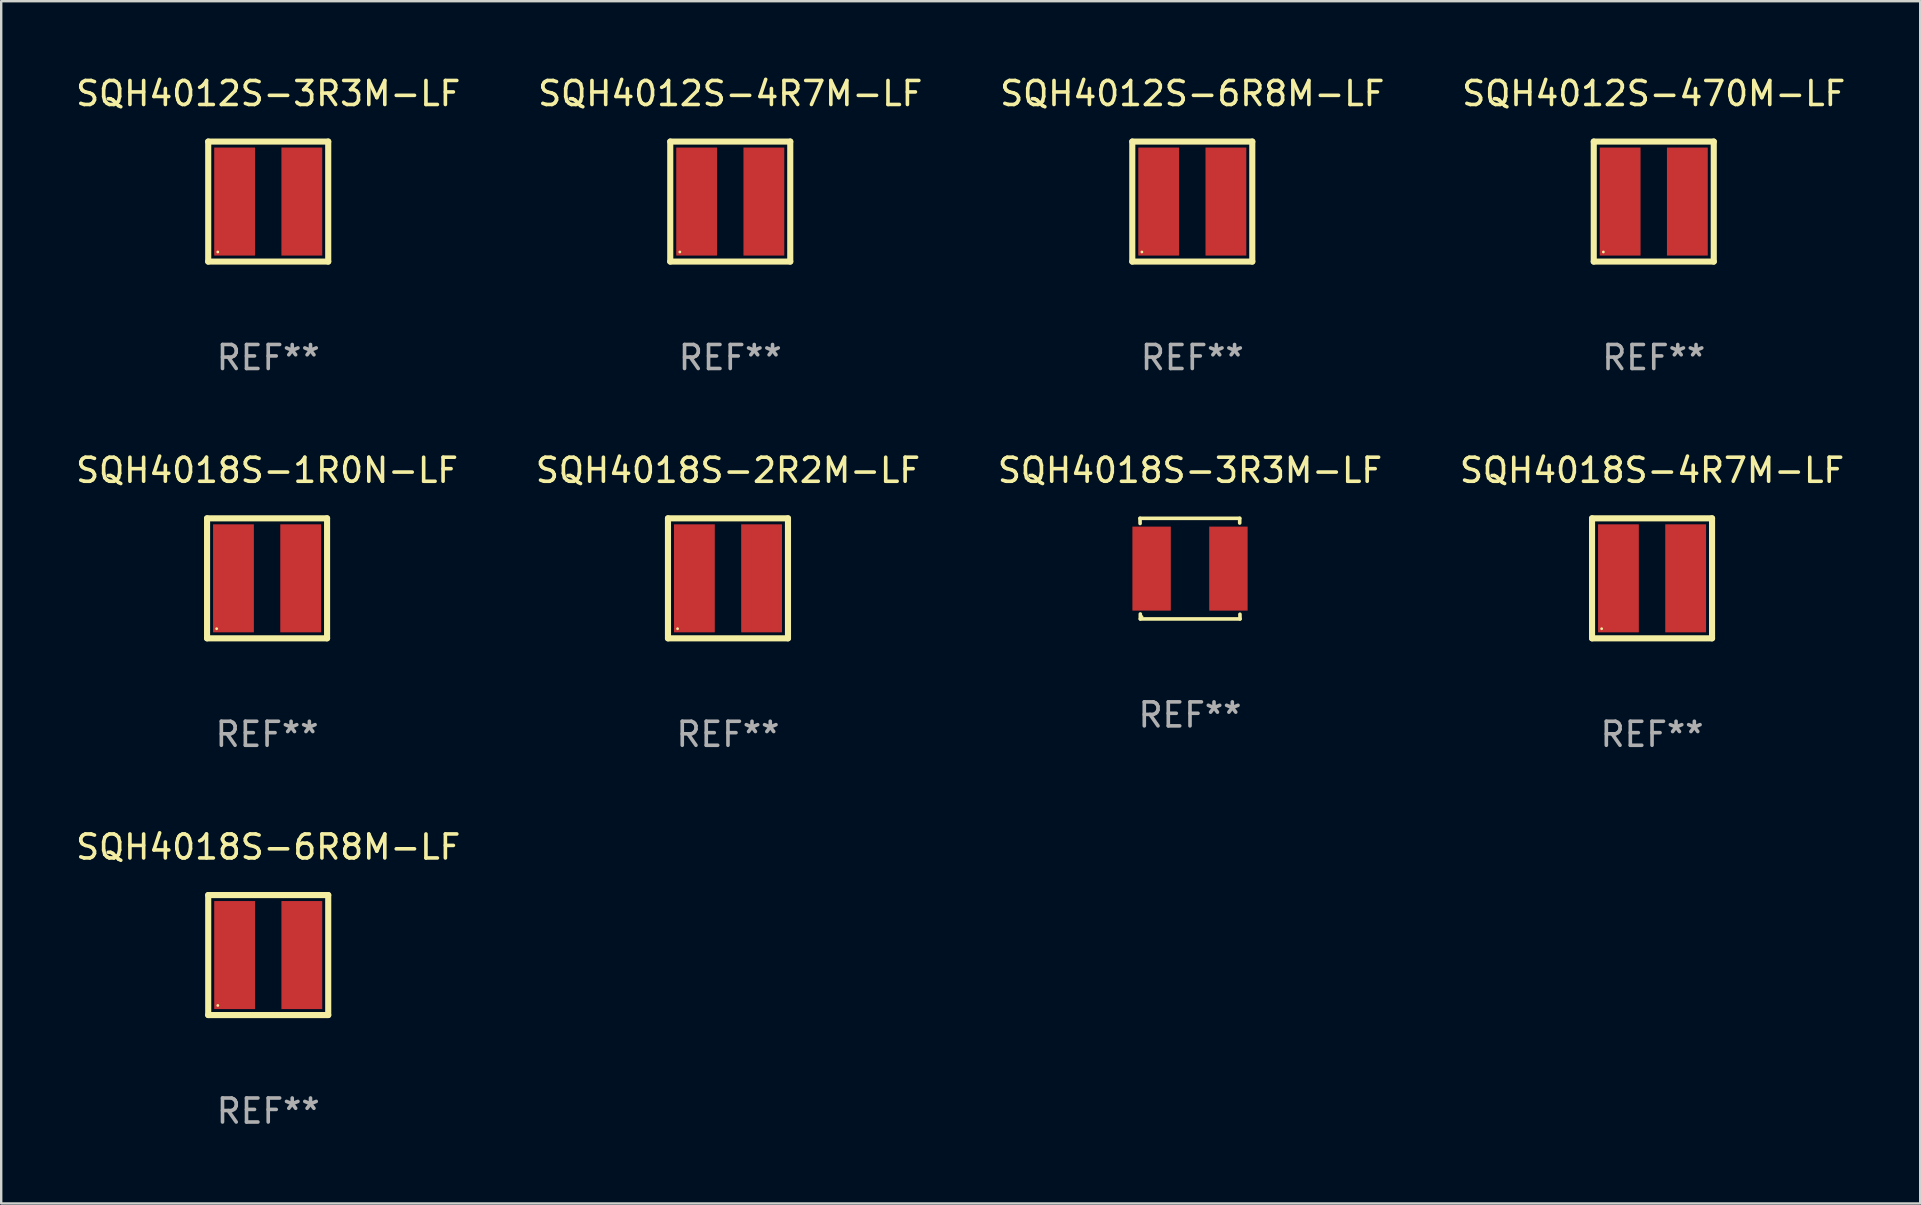
<source format=kicad_pcb>
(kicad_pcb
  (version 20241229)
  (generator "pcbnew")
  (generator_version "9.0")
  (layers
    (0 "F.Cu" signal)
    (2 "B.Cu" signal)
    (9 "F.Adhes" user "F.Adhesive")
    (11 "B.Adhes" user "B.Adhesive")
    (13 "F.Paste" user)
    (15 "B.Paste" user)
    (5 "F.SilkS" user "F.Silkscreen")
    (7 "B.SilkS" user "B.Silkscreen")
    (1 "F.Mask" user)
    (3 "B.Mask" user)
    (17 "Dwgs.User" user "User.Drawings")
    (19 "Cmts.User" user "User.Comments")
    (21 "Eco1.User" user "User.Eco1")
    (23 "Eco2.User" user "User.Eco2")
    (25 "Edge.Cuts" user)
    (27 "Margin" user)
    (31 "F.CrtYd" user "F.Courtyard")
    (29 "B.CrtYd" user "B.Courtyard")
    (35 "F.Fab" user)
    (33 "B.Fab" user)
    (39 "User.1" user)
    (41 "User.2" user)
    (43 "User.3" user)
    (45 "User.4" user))
  (footprint "SQH4012S-470M-LF"
    (layer "F.Cu")
    (at 65.851 5.348)
    (property "Reference" "SQH4012S-470M-LF" (at 0 -4.5 0) (layer "F.SilkS") (effects (font (size 1 1) (thickness 0.15))))
    (attr through_hole)
    (fp_line (start -2.5 -2.5) (end 2.5 -2.5) (stroke (width 0.254) (type solid)) (layer "F.SilkS"))
    (fp_line (start -2.5 2.5) (end -2.5 -2.5) (stroke (width 0.254) (type solid)) (layer "F.SilkS"))
    (fp_line (start 2.5 -2.5) (end 2.5 2.5) (stroke (width 0.254) (type solid)) (layer "F.SilkS"))
    (fp_line (start 2.5 2.5) (end -2.5 2.5) (stroke (width 0.254) (type solid)) (layer "F.SilkS"))
    (fp_circle (center -2.1 2.1) (end -2.07 2.1) (stroke (width 0.06) (type solid)) (fill no) (layer "F.SilkS"))
    (fp_text user "REF**" (at 0 6.5 0) (layer "F.Fab") (effects (font (size 1 1) (thickness 0.15))))
    (pad "1" smd rect (at -1.4 0 90) (size 4.5 1.7) (layers "F.Cu" "F.Mask" "F.Paste"))
    (pad "2" smd rect (at 1.4 0 90) (size 4.5 1.7) (layers "F.Cu" "F.Mask" "F.Paste")))
  (footprint "SQH4012S-6R8M-LF"
    (layer "F.Cu")
    (at 46.625 5.348)
    (property "Reference" "SQH4012S-6R8M-LF" (at 0 -4.5 0) (layer "F.SilkS") (effects (font (size 1 1) (thickness 0.15))))
    (attr through_hole)
    (fp_line (start -2.5 -2.5) (end 2.5 -2.5) (stroke (width 0.254) (type solid)) (layer "F.SilkS"))
    (fp_line (start -2.5 2.5) (end -2.5 -2.5) (stroke (width 0.254) (type solid)) (layer "F.SilkS"))
    (fp_line (start 2.5 -2.5) (end 2.5 2.5) (stroke (width 0.254) (type solid)) (layer "F.SilkS"))
    (fp_line (start 2.5 2.5) (end -2.5 2.5) (stroke (width 0.254) (type solid)) (layer "F.SilkS"))
    (fp_circle (center -2.1 2.1) (end -2.07 2.1) (stroke (width 0.06) (type solid)) (fill no) (layer "F.SilkS"))
    (fp_text user "REF**" (at 0 6.5 0) (layer "F.Fab") (effects (font (size 1 1) (thickness 0.15))))
    (pad "1" smd rect (at -1.4 0 90) (size 4.5 1.7) (layers "F.Cu" "F.Mask" "F.Paste"))
    (pad "2" smd rect (at 1.4 0 90) (size 4.5 1.7) (layers "F.Cu" "F.Mask" "F.Paste")))
  (footprint "SQH4012S-3R3M-LF"
    (layer "F.Cu")
    (at 8.125 5.348)
    (property "Reference" "SQH4012S-3R3M-LF" (at 0 -4.5 0) (layer "F.SilkS") (effects (font (size 1 1) (thickness 0.15))))
    (attr through_hole)
    (fp_line (start -2.5 -2.5) (end 2.5 -2.5) (stroke (width 0.254) (type solid)) (layer "F.SilkS"))
    (fp_line (start -2.5 2.5) (end -2.5 -2.5) (stroke (width 0.254) (type solid)) (layer "F.SilkS"))
    (fp_line (start 2.5 -2.5) (end 2.5 2.5) (stroke (width 0.254) (type solid)) (layer "F.SilkS"))
    (fp_line (start 2.5 2.5) (end -2.5 2.5) (stroke (width 0.254) (type solid)) (layer "F.SilkS"))
    (fp_circle (center -2.1 2.1) (end -2.07 2.1) (stroke (width 0.06) (type solid)) (fill no) (layer "F.SilkS"))
    (fp_text user "REF**" (at 0 6.5 0) (layer "F.Fab") (effects (font (size 1 1) (thickness 0.15))))
    (pad "1" smd rect (at -1.4 0 90) (size 4.5 1.7) (layers "F.Cu" "F.Mask" "F.Paste"))
    (pad "2" smd rect (at 1.4 0 90) (size 4.5 1.7) (layers "F.Cu" "F.Mask" "F.Paste")))
  (footprint "SQH4018S-1R0N-LF"
    (layer "F.Cu")
    (at 8.077 21.045)
    (property "Reference" "SQH4018S-1R0N-LF" (at 0 -4.5 0) (layer "F.SilkS") (effects (font (size 1 1) (thickness 0.15))))
    (attr through_hole)
    (fp_line (start -2.5 -2.5) (end 2.5 -2.5) (stroke (width 0.254) (type solid)) (layer "F.SilkS"))
    (fp_line (start -2.5 2.5) (end -2.5 -2.5) (stroke (width 0.254) (type solid)) (layer "F.SilkS"))
    (fp_line (start 2.5 -2.5) (end 2.5 2.5) (stroke (width 0.254) (type solid)) (layer "F.SilkS"))
    (fp_line (start 2.5 2.5) (end -2.5 2.5) (stroke (width 0.254) (type solid)) (layer "F.SilkS"))
    (fp_circle (center -2.1 2.1) (end -2.07 2.1) (stroke (width 0.06) (type solid)) (fill no) (layer "F.SilkS"))
    (fp_text user "REF**" (at 0 6.5 0) (layer "F.Fab") (effects (font (size 1 1) (thickness 0.15))))
    (pad "1" smd rect (at -1.4 0 90) (size 4.5 1.7) (layers "F.Cu" "F.Mask" "F.Paste"))
    (pad "2" smd rect (at 1.4 0 90) (size 4.5 1.7) (layers "F.Cu" "F.Mask" "F.Paste")))
  (footprint "SQH4018S-2R2M-LF"
    (layer "F.Cu")
    (at 27.28 21.045)
    (property "Reference" "SQH4018S-2R2M-LF" (at 0 -4.5 0) (layer "F.SilkS") (effects (font (size 1 1) (thickness 0.15))))
    (attr through_hole)
    (fp_line (start -2.5 -2.5) (end 2.5 -2.5) (stroke (width 0.254) (type solid)) (layer "F.SilkS"))
    (fp_line (start -2.5 2.5) (end -2.5 -2.5) (stroke (width 0.254) (type solid)) (layer "F.SilkS"))
    (fp_line (start 2.5 -2.5) (end 2.5 2.5) (stroke (width 0.254) (type solid)) (layer "F.SilkS"))
    (fp_line (start 2.5 2.5) (end -2.5 2.5) (stroke (width 0.254) (type solid)) (layer "F.SilkS"))
    (fp_circle (center -2.1 2.1) (end -2.07 2.1) (stroke (width 0.06) (type solid)) (fill no) (layer "F.SilkS"))
    (fp_text user "REF**" (at 0 6.5 0) (layer "F.Fab") (effects (font (size 1 1) (thickness 0.15))))
    (pad "1" smd rect (at -1.4 0 90) (size 4.5 1.7) (layers "F.Cu" "F.Mask" "F.Paste"))
    (pad "2" smd rect (at 1.4 0 90) (size 4.5 1.7) (layers "F.Cu" "F.Mask" "F.Paste")))
  (footprint "SQH4018S-3R3M-LF"
    (layer "F.Cu")
    (at 46.53 20.641)
    (property "Reference" "SQH4018S-3R3M-LF" (at 0 -4.096 0) (layer "F.SilkS") (effects (font (size 1 1) (thickness 0.15))))
    (attr through_hole)
    (fp_line (start -2.083 -2.096) (end -2.08 -1.88) (stroke (width 0.15) (type solid)) (layer "F.SilkS"))
    (fp_line (start -2.07 1.89) (end -2.07 2.096) (stroke (width 0.15) (type solid)) (layer "F.SilkS"))
    (fp_line (start -2.07 2.096) (end 2.083 2.096) (stroke (width 0.15) (type solid)) (layer "F.SilkS"))
    (fp_line (start 2.07 -1.9) (end 2.07 -2.096) (stroke (width 0.15) (type solid)) (layer "F.SilkS"))
    (fp_line (start 2.07 -2.096) (end -2.083 -2.096) (stroke (width 0.15) (type solid)) (layer "F.SilkS"))
    (fp_line (start 2.083 2.096) (end 2.08 1.9) (stroke (width 0.15) (type solid)) (layer "F.SilkS"))
    (fp_circle (center -2 2) (end -1.97 2) (stroke (width 0.06) (type solid)) (fill no) (layer "F.SilkS"))
    (fp_text user "REF**" (at 0 6.096 0) (layer "F.Fab") (effects (font (size 1 1) (thickness 0.15))))
    (pad "1" smd rect (at -1.6 -0.000343) (size 1.6 3.5) (layers "F.Cu" "F.Mask" "F.Paste"))
    (pad "2" smd rect (at 1.6 -0.000343) (size 1.6 3.5) (layers "F.Cu" "F.Mask" "F.Paste")))
  (footprint "SQH4018S-6R8M-LF"
    (layer "F.Cu")
    (at 8.125 36.741)
    (property "Reference" "SQH4018S-6R8M-LF" (at 0 -4.5 0) (layer "F.SilkS") (effects (font (size 1 1) (thickness 0.15))))
    (attr through_hole)
    (fp_line (start -2.5 -2.5) (end 2.5 -2.5) (stroke (width 0.254) (type solid)) (layer "F.SilkS"))
    (fp_line (start -2.5 2.5) (end -2.5 -2.5) (stroke (width 0.254) (type solid)) (layer "F.SilkS"))
    (fp_line (start 2.5 -2.5) (end 2.5 2.5) (stroke (width 0.254) (type solid)) (layer "F.SilkS"))
    (fp_line (start 2.5 2.5) (end -2.5 2.5) (stroke (width 0.254) (type solid)) (layer "F.SilkS"))
    (fp_circle (center -2.1 2.1) (end -2.07 2.1) (stroke (width 0.06) (type solid)) (fill no) (layer "F.SilkS"))
    (fp_text user "REF**" (at 0 6.5 0) (layer "F.Fab") (effects (font (size 1 1) (thickness 0.15))))
    (pad "1" smd rect (at -1.4 0 90) (size 4.5 1.7) (layers "F.Cu" "F.Mask" "F.Paste"))
    (pad "2" smd rect (at 1.4 0 90) (size 4.5 1.7) (layers "F.Cu" "F.Mask" "F.Paste")))
  (footprint "SQH4012S-4R7M-LF"
    (layer "F.Cu")
    (at 27.375 5.348)
    (property "Reference" "SQH4012S-4R7M-LF" (at 0 -4.5 0) (layer "F.SilkS") (effects (font (size 1 1) (thickness 0.15))))
    (attr through_hole)
    (fp_line (start -2.5 -2.5) (end 2.5 -2.5) (stroke (width 0.254) (type solid)) (layer "F.SilkS"))
    (fp_line (start -2.5 2.5) (end -2.5 -2.5) (stroke (width 0.254) (type solid)) (layer "F.SilkS"))
    (fp_line (start 2.5 -2.5) (end 2.5 2.5) (stroke (width 0.254) (type solid)) (layer "F.SilkS"))
    (fp_line (start 2.5 2.5) (end -2.5 2.5) (stroke (width 0.254) (type solid)) (layer "F.SilkS"))
    (fp_circle (center -2.1 2.1) (end -2.07 2.1) (stroke (width 0.06) (type solid)) (fill no) (layer "F.SilkS"))
    (fp_text user "REF**" (at 0 6.5 0) (layer "F.Fab") (effects (font (size 1 1) (thickness 0.15))))
    (pad "1" smd rect (at -1.4 0 90) (size 4.5 1.7) (layers "F.Cu" "F.Mask" "F.Paste"))
    (pad "2" smd rect (at 1.4 0 90) (size 4.5 1.7) (layers "F.Cu" "F.Mask" "F.Paste")))
  (footprint "SQH4018S-4R7M-LF"
    (layer "F.Cu")
    (at 65.78 21.045)
    (property "Reference" "SQH4018S-4R7M-LF" (at 0 -4.5 0) (layer "F.SilkS") (effects (font (size 1 1) (thickness 0.15))))
    (attr through_hole)
    (fp_line (start -2.5 -2.5) (end 2.5 -2.5) (stroke (width 0.254) (type solid)) (layer "F.SilkS"))
    (fp_line (start -2.5 2.5) (end -2.5 -2.5) (stroke (width 0.254) (type solid)) (layer "F.SilkS"))
    (fp_line (start 2.5 -2.5) (end 2.5 2.5) (stroke (width 0.254) (type solid)) (layer "F.SilkS"))
    (fp_line (start 2.5 2.5) (end -2.5 2.5) (stroke (width 0.254) (type solid)) (layer "F.SilkS"))
    (fp_circle (center -2.1 2.1) (end -2.07 2.1) (stroke (width 0.06) (type solid)) (fill no) (layer "F.SilkS"))
    (fp_text user "REF**" (at 0 6.5 0) (layer "F.Fab") (effects (font (size 1 1) (thickness 0.15))))
    (pad "1" smd rect (at -1.4 0.000127 90) (size 4.5 1.7) (layers "F.Cu" "F.Mask" "F.Paste"))
    (pad "2" smd rect (at 1.4 0.000127 90) (size 4.5 1.7) (layers "F.Cu" "F.Mask" "F.Paste")))
  (gr_rect
    (start -3 -3)
    (end 76.952 47.09)
    (stroke (width 0.1) (type default))
    (fill no)
    (layer "Edge.Cuts")))
</source>
